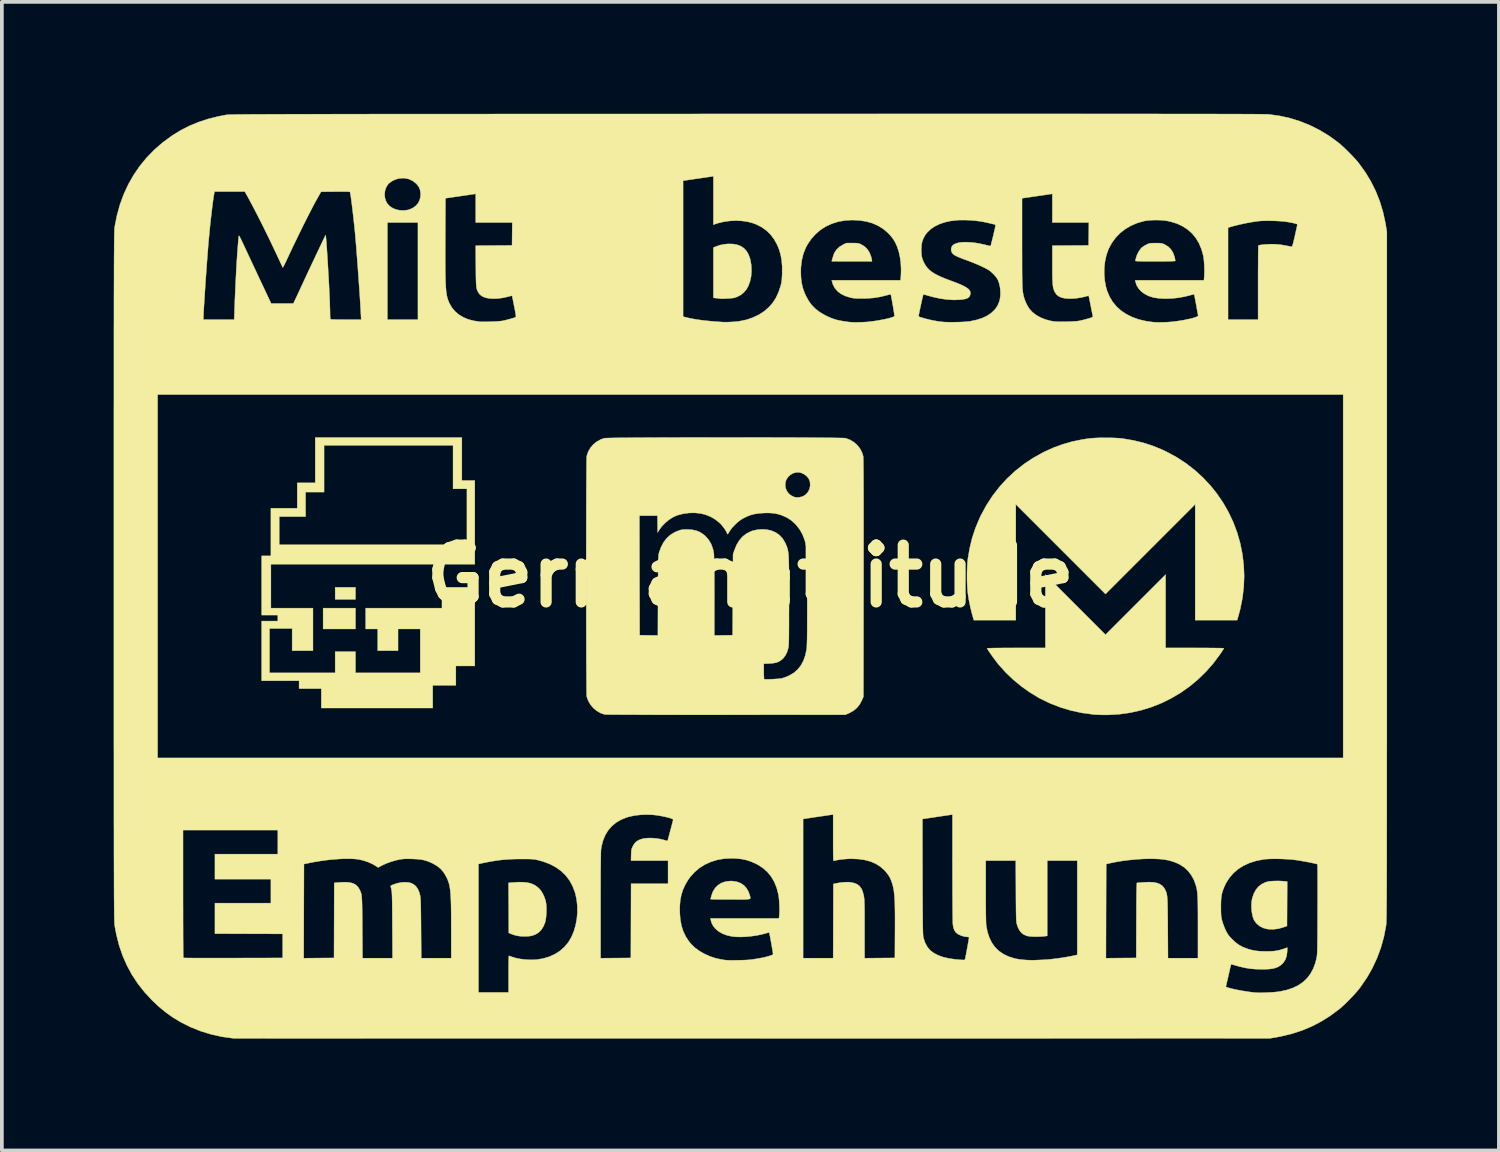
<source format=kicad_pcb>
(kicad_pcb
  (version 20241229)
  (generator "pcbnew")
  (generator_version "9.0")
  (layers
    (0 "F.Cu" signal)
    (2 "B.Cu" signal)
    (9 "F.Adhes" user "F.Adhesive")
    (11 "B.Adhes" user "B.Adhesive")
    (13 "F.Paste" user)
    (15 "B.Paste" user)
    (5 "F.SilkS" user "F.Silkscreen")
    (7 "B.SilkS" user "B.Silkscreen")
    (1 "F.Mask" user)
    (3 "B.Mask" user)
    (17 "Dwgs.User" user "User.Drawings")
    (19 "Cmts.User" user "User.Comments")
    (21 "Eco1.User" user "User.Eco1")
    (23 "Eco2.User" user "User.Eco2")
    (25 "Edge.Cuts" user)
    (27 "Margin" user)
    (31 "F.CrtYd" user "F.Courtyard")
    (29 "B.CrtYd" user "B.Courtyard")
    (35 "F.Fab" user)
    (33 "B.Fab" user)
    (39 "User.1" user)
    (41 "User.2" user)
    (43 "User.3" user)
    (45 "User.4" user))
  (footprint "Germanattitude"
    (layer "F.Cu")
    (at 17.077 12.406)
    (property "Reference" "Germanattitude" (at 0 0 0) (layer "F.SilkS") (effects (font (size 1.524 1.524) (thickness 0.3))))
    (attr through_hole)
    (fp_poly (pts (xy -10.592 0.62) (xy -11.137 0.62) (xy -11.137 0.298) (xy -10.592 0.298) (xy -10.592 0.62)) (stroke (width 0.01) (type solid)) (fill yes) (layer "F.SilkS"))
    (fp_poly (pts (xy -10.592 1.414) (xy -11.46 1.414) (xy -11.46 0.856) (xy -10.592 0.856) (xy -10.592 1.414)) (stroke (width 0.01) (type solid)) (fill yes) (layer "F.SilkS"))
    (fp_poly (pts (xy 14.246 8.176) (xy 14.316 8.181) (xy 14.399 8.189) (xy 14.396 8.786) (xy 14.393 9.382) (xy 14.312 9.411) (xy 14.167 9.453) (xy 14.024 9.471) (xy 13.886 9.466) (xy 13.855 9.461) (xy 13.753 9.433) (xy 13.66 9.385) (xy 13.582 9.32) (xy 13.521 9.241) (xy 13.507 9.217) (xy 13.479 9.145) (xy 13.458 9.055) (xy 13.444 8.955) (xy 13.439 8.852) (xy 13.442 8.753) (xy 13.455 8.663) (xy 13.461 8.637) (xy 13.504 8.512) (xy 13.56 8.408) (xy 13.631 8.323) (xy 13.717 8.257) (xy 13.818 8.209) (xy 13.874 8.192) (xy 13.924 8.183) (xy 13.992 8.177) (xy 14.073 8.174) (xy 14.159 8.173) (xy 14.246 8.176)) (stroke (width 0.01) (type solid)) (fill yes) (layer "F.SilkS"))
    (fp_poly (pts (xy 2.802 -8.936) (xy 2.851 -8.934) (xy 2.888 -8.93) (xy 2.917 -8.923) (xy 2.946 -8.912) (xy 2.966 -8.903) (xy 3.061 -8.846) (xy 3.137 -8.771) (xy 3.197 -8.679) (xy 3.238 -8.57) (xy 3.255 -8.493) (xy 3.263 -8.446) (xy 2.723 -8.446) (xy 2.61 -8.446) (xy 2.505 -8.446) (xy 2.41 -8.447) (xy 2.329 -8.447) (xy 2.263 -8.448) (xy 2.215 -8.448) (xy 2.188 -8.449) (xy 2.183 -8.449) (xy 2.187 -8.47) (xy 2.197 -8.506) (xy 2.211 -8.552) (xy 2.226 -8.6) (xy 2.241 -8.643) (xy 2.254 -8.674) (xy 2.256 -8.68) (xy 2.313 -8.763) (xy 2.389 -8.835) (xy 2.478 -8.889) (xy 2.572 -8.936) (xy 2.734 -8.936) (xy 2.802 -8.936)) (stroke (width 0.01) (type solid)) (fill yes) (layer "F.SilkS"))
    (fp_poly (pts (xy -0.475 -8.912) (xy -0.358 -8.892) (xy -0.257 -8.854) (xy -0.171 -8.796) (xy -0.101 -8.718) (xy -0.046 -8.621) (xy -0.005 -8.504) (xy 0.02 -8.368) (xy 0.024 -8.337) (xy 0.03 -8.187) (xy 0.019 -8.043) (xy -0.01 -7.908) (xy -0.055 -7.786) (xy -0.104 -7.698) (xy -0.177 -7.61) (xy -0.268 -7.539) (xy -0.374 -7.487) (xy -0.428 -7.47) (xy -0.462 -7.463) (xy -0.514 -7.457) (xy -0.577 -7.452) (xy -0.645 -7.448) (xy -0.711 -7.445) (xy -0.769 -7.445) (xy -0.811 -7.446) (xy -0.825 -7.448) (xy -0.851 -7.452) (xy -0.891 -7.457) (xy -0.921 -7.46) (xy -0.992 -7.468) (xy -0.992 -8.815) (xy -0.931 -8.841) (xy -0.821 -8.88) (xy -0.702 -8.904) (xy -0.608 -8.913) (xy -0.475 -8.912)) (stroke (width 0.01) (type solid)) (fill yes) (layer "F.SilkS"))
    (fp_poly (pts (xy -6.098 8.206) (xy -5.986 8.217) (xy -5.888 8.24) (xy -5.803 8.276) (xy -5.727 8.324) (xy -5.658 8.385) (xy -5.612 8.442) (xy -5.568 8.516) (xy -5.529 8.599) (xy -5.499 8.683) (xy -5.487 8.731) (xy -5.476 8.803) (xy -5.471 8.891) (xy -5.471 8.985) (xy -5.475 9.081) (xy -5.484 9.171) (xy -5.497 9.247) (xy -5.506 9.283) (xy -5.552 9.395) (xy -5.61 9.486) (xy -5.682 9.558) (xy -5.769 9.61) (xy -5.86 9.642) (xy -5.922 9.653) (xy -5.999 9.659) (xy -6.084 9.66) (xy -6.167 9.656) (xy -6.241 9.646) (xy -6.258 9.643) (xy -6.314 9.629) (xy -6.375 9.609) (xy -6.407 9.598) (xy -6.48 9.568) (xy -6.483 8.897) (xy -6.487 8.225) (xy -6.378 8.215) (xy -6.228 8.205) (xy -6.098 8.206)) (stroke (width 0.01) (type solid)) (fill yes) (layer "F.SilkS"))
    (fp_poly (pts (xy -0.477 8.177) (xy -0.362 8.195) (xy -0.261 8.233) (xy -0.174 8.291) (xy -0.104 8.368) (xy -0.05 8.463) (xy -0.018 8.554) (xy -0.01 8.582) (xy -0.004 8.605) (xy 0.000254 8.623) (xy -0.001 8.638) (xy -0.01 8.649) (xy -0.027 8.657) (xy -0.057 8.663) (xy -0.099 8.667) (xy -0.157 8.669) (xy -0.231 8.67) (xy -0.326 8.67) (xy -0.442 8.669) (xy -0.533 8.669) (xy -0.646 8.669) (xy -0.75 8.669) (xy -0.844 8.668) (xy -0.924 8.667) (xy -0.989 8.666) (xy -1.036 8.664) (xy -1.062 8.663) (xy -1.067 8.662) (xy -1.062 8.635) (xy -1.051 8.593) (xy -1.036 8.544) (xy -1.019 8.495) (xy -1.002 8.454) (xy -0.997 8.443) (xy -0.938 8.353) (xy -0.862 8.281) (xy -0.772 8.226) (xy -0.668 8.191) (xy -0.553 8.176) (xy -0.477 8.177)) (stroke (width 0.01) (type solid)) (fill yes) (layer "F.SilkS"))
    (fp_poly (pts (xy 10.938 -8.935) (xy 10.986 -8.934) (xy 11.022 -8.93) (xy 11.051 -8.923) (xy 11.081 -8.912) (xy 11.114 -8.897) (xy 11.206 -8.841) (xy 11.28 -8.768) (xy 11.336 -8.679) (xy 11.375 -8.572) (xy 11.379 -8.555) (xy 11.389 -8.512) (xy 11.395 -8.478) (xy 11.398 -8.461) (xy 11.393 -8.458) (xy 11.377 -8.454) (xy 11.347 -8.452) (xy 11.304 -8.45) (xy 11.243 -8.448) (xy 11.165 -8.447) (xy 11.066 -8.446) (xy 10.945 -8.446) (xy 10.859 -8.446) (xy 10.724 -8.446) (xy 10.612 -8.447) (xy 10.522 -8.447) (xy 10.451 -8.449) (xy 10.398 -8.45) (xy 10.36 -8.453) (xy 10.337 -8.455) (xy 10.326 -8.459) (xy 10.324 -8.461) (xy 10.33 -8.482) (xy 10.339 -8.517) (xy 10.344 -8.539) (xy 10.366 -8.606) (xy 10.399 -8.677) (xy 10.438 -8.742) (xy 10.478 -8.795) (xy 10.497 -8.814) (xy 10.536 -8.843) (xy 10.586 -8.874) (xy 10.629 -8.897) (xy 10.663 -8.913) (xy 10.692 -8.924) (xy 10.722 -8.93) (xy 10.759 -8.934) (xy 10.809 -8.935) (xy 10.871 -8.936) (xy 10.938 -8.935)) (stroke (width 0.01) (type solid)) (fill yes) (layer "F.SilkS"))
    (fp_poly (pts (xy -7.739 -2.567) (xy -7.392 -2.567) (xy -7.392 -0.322) (xy -12.861 -0.322) (xy -12.861 0.856) (xy -11.733 0.856) (xy -11.733 1.997) (xy -12.291 1.997) (xy -12.291 1.401) (xy -12.898 1.401) (xy -12.898 2.592) (xy -11.137 2.592) (xy -11.137 2.022) (xy -10.592 2.022) (xy -10.592 2.592) (xy -8.855 2.592) (xy -8.855 1.414) (xy -9.451 1.414) (xy -9.451 1.997) (xy -9.996 1.997) (xy -9.996 1.414) (xy -10.319 1.414) (xy -10.319 0.856) (xy -8.272 0.856) (xy -8.272 0.298) (xy -7.392 0.298) (xy -7.392 2.406) (xy -7.9 2.406) (xy -7.9 2.927) (xy -8.52 2.927) (xy -8.52 3.535) (xy -11.509 3.535) (xy -11.509 3.014) (xy -12.105 3.014) (xy -12.105 2.803) (xy -13.109 2.803) (xy -13.109 1.203) (xy -12.675 1.203) (xy -12.675 1.042) (xy -13.109 1.042) (xy -13.109 -0.546) (xy -12.861 -0.546) (xy -12.861 -1.6) (xy -12.638 -1.6) (xy -12.638 -0.843) (xy -7.603 -0.843) (xy -7.603 -2.344) (xy -7.975 -2.344) (xy -7.975 -3.51) (xy -11.435 -3.51) (xy -11.435 -2.257) (xy -11.931 -2.257) (xy -11.931 -1.6) (xy -12.638 -1.6) (xy -12.861 -1.6) (xy -12.861 -1.823) (xy -12.154 -1.823) (xy -12.154 -2.505) (xy -11.671 -2.505) (xy -11.671 -3.721) (xy -7.739 -3.721) (xy -7.739 -2.567)) (stroke (width 0.01) (type solid)) (fill yes) (layer "F.SilkS"))
    (fp_poly (pts (xy 9.627 -3.714) (xy 9.751 -3.71) (xy 9.865 -3.704) (xy 9.962 -3.696) (xy 9.996 -3.691) (xy 10.271 -3.644) (xy 10.531 -3.582) (xy 10.78 -3.502) (xy 11.023 -3.404) (xy 11.156 -3.342) (xy 11.425 -3.197) (xy 11.679 -3.032) (xy 11.917 -2.848) (xy 12.14 -2.645) (xy 12.347 -2.423) (xy 12.512 -2.217) (xy 12.681 -1.97) (xy 12.828 -1.712) (xy 12.954 -1.444) (xy 13.057 -1.168) (xy 13.138 -0.885) (xy 13.196 -0.597) (xy 13.232 -0.304) (xy 13.244 -0.009) (xy 13.233 0.287) (xy 13.198 0.584) (xy 13.139 0.879) (xy 13.095 1.045) (xy 13.056 1.178) (xy 11.931 1.178) (xy 11.931 -1.929) (xy 10.728 -0.726) (xy 9.525 0.477) (xy 8.322 -0.726) (xy 7.119 -1.929) (xy 7.119 1.178) (xy 5.994 1.178) (xy 5.955 1.045) (xy 5.902 0.84) (xy 5.858 0.621) (xy 5.834 0.465) (xy 5.824 0.371) (xy 5.817 0.258) (xy 5.812 0.133) (xy 5.811 0.002) (xy 5.812 -0.13) (xy 5.816 -0.255) (xy 5.823 -0.368) (xy 5.833 -0.463) (xy 5.882 -0.752) (xy 5.949 -1.027) (xy 6.037 -1.293) (xy 6.146 -1.553) (xy 6.183 -1.631) (xy 6.328 -1.899) (xy 6.493 -2.153) (xy 6.676 -2.391) (xy 6.878 -2.613) (xy 7.097 -2.817) (xy 7.332 -3.004) (xy 7.583 -3.172) (xy 7.849 -3.32) (xy 7.894 -3.342) (xy 8.136 -3.451) (xy 8.381 -3.54) (xy 8.634 -3.612) (xy 8.9 -3.667) (xy 9.054 -3.691) (xy 9.143 -3.701) (xy 9.25 -3.708) (xy 9.371 -3.713) (xy 9.498 -3.714) (xy 9.627 -3.714)) (stroke (width 0.01) (type solid)) (fill yes) (layer "F.SilkS"))
    (fp_poly (pts (xy 11.137 1.922) (xy 11.919 1.922) (xy 12.055 1.923) (xy 12.184 1.923) (xy 12.304 1.924) (xy 12.411 1.925) (xy 12.505 1.926) (xy 12.583 1.927) (xy 12.643 1.929) (xy 12.682 1.93) (xy 12.699 1.932) (xy 12.7 1.933) (xy 12.693 1.946) (xy 12.675 1.976) (xy 12.648 2.018) (xy 12.614 2.069) (xy 12.599 2.091) (xy 12.419 2.333) (xy 12.222 2.558) (xy 12.009 2.765) (xy 11.782 2.954) (xy 11.542 3.124) (xy 11.289 3.273) (xy 11.026 3.403) (xy 10.753 3.511) (xy 10.472 3.597) (xy 10.184 3.661) (xy 9.89 3.702) (xy 9.592 3.719) (xy 9.5 3.719) (xy 9.423 3.718) (xy 9.343 3.715) (xy 9.27 3.712) (xy 9.212 3.708) (xy 9.199 3.707) (xy 8.896 3.666) (xy 8.599 3.602) (xy 8.311 3.515) (xy 8.033 3.407) (xy 7.767 3.278) (xy 7.733 3.259) (xy 7.498 3.117) (xy 7.269 2.954) (xy 7.052 2.775) (xy 6.851 2.583) (xy 6.669 2.381) (xy 6.658 2.368) (xy 6.62 2.321) (xy 6.578 2.265) (xy 6.532 2.204) (xy 6.487 2.142) (xy 6.445 2.082) (xy 6.407 2.027) (xy 6.377 1.982) (xy 6.357 1.949) (xy 6.35 1.933) (xy 6.35 1.933) (xy 6.362 1.931) (xy 6.397 1.929) (xy 6.452 1.928) (xy 6.526 1.926) (xy 6.616 1.925) (xy 6.721 1.924) (xy 6.838 1.923) (xy 6.965 1.923) (xy 7.1 1.922) (xy 7.131 1.922) (xy 7.913 1.922) (xy 7.913 -0.043) (xy 8.719 0.763) (xy 9.525 1.569) (xy 10.331 0.763) (xy 11.137 -0.043) (xy 11.137 1.922)) (stroke (width 0.01) (type solid)) (fill yes) (layer "F.SilkS"))
    (fp_poly (pts (xy -0.512 -3.723) (xy -0.265 -3.723) (xy -0.021 -3.722) (xy 0.22 -3.722) (xy 0.456 -3.722) (xy 0.686 -3.721) (xy 0.909 -3.72) (xy 1.123 -3.72) (xy 1.327 -3.719) (xy 1.52 -3.718) (xy 1.701 -3.717) (xy 1.868 -3.715) (xy 2.02 -3.714) (xy 2.156 -3.713) (xy 2.274 -3.711) (xy 2.373 -3.709) (xy 2.452 -3.708) (xy 2.51 -3.706) (xy 2.545 -3.704) (xy 2.554 -3.702) (xy 2.67 -3.66) (xy 2.775 -3.597) (xy 2.866 -3.518) (xy 2.94 -3.424) (xy 2.995 -3.318) (xy 3.026 -3.218) (xy 3.027 -3.201) (xy 3.029 -3.163) (xy 3.03 -3.105) (xy 3.031 -3.026) (xy 3.032 -2.926) (xy 3.033 -2.805) (xy 3.034 -2.662) (xy 3.035 -2.498) (xy 3.035 -2.311) (xy 3.036 -2.102) (xy 3.036 -1.87) (xy 3.036 -1.615) (xy 3.036 -1.336) (xy 3.036 -1.034) (xy 3.036 -0.708) (xy 3.036 -0.358) (xy 3.036 0.017) (xy 3.036 0.037) (xy 3.032 3.231) (xy 2.993 3.321) (xy 2.933 3.435) (xy 2.858 3.529) (xy 2.766 3.606) (xy 2.655 3.668) (xy 2.639 3.675) (xy 2.549 3.715) (xy -0.657 3.716) (xy -0.985 3.717) (xy -1.298 3.717) (xy -1.598 3.717) (xy -1.882 3.716) (xy -2.151 3.716) (xy -2.404 3.716) (xy -2.639 3.716) (xy -2.857 3.715) (xy -3.056 3.714) (xy -3.237 3.714) (xy -3.397 3.713) (xy -3.537 3.712) (xy -3.656 3.711) (xy -3.754 3.711) (xy -3.828 3.71) (xy -3.88 3.708) (xy -3.908 3.707) (xy -3.912 3.707) (xy -4.021 3.669) (xy -4.122 3.61) (xy -4.213 3.534) (xy -4.289 3.443) (xy -4.349 3.341) (xy -4.388 3.232) (xy -4.389 3.225) (xy -4.391 3.206) (xy -4.392 3.165) (xy -4.393 3.101) (xy -4.394 3.016) (xy -4.395 2.911) (xy -4.396 2.788) (xy -4.397 2.648) (xy -4.398 2.492) (xy -4.399 2.321) (xy -4.4 2.138) (xy -4.4 1.942) (xy -4.401 1.735) (xy -4.401 1.519) (xy -4.402 1.295) (xy -4.402 1.064) (xy -4.402 0.827) (xy -4.403 0.586) (xy -4.403 0.342) (xy -4.403 0.096) (xy -4.403 -0.151) (xy -4.403 -0.396) (xy -4.403 -0.64) (xy -4.402 -0.88) (xy -4.402 -1.116) (xy -4.402 -1.345) (xy -4.401 -1.568) (xy -4.401 -1.625) (xy -2.977 -1.625) (xy -2.974 -0.022) (xy -2.97 1.581) (xy -2.726 1.585) (xy -2.481 1.588) (xy -2.477 0.518) (xy -2.476 0.33) (xy -2.476 0.166) (xy -2.475 0.023) (xy -2.474 -0.101) (xy -2.473 -0.206) (xy -2.472 -0.295) (xy -2.471 -0.369) (xy -2.47 -0.43) (xy -2.468 -0.48) (xy -2.466 -0.519) (xy -2.464 -0.551) (xy -2.461 -0.576) (xy -2.458 -0.597) (xy -2.454 -0.615) (xy -2.45 -0.631) (xy -2.447 -0.64) (xy -2.394 -0.787) (xy -2.325 -0.915) (xy -2.241 -1.023) (xy -2.141 -1.112) (xy -2.025 -1.182) (xy -1.926 -1.223) (xy -1.876 -1.239) (xy -1.832 -1.248) (xy -1.784 -1.254) (xy -1.724 -1.255) (xy -1.693 -1.255) (xy -1.566 -1.247) (xy -1.455 -1.224) (xy -1.355 -1.184) (xy -1.263 -1.124) (xy -1.204 -1.074) (xy -1.119 -0.977) (xy -1.052 -0.864) (xy -1.005 -0.735) (xy -0.981 -0.624) (xy -0.978 -0.593) (xy -0.976 -0.539) (xy -0.974 -0.463) (xy -0.972 -0.363) (xy -0.97 -0.24) (xy -0.969 -0.094) (xy -0.968 0.077) (xy -0.968 0.272) (xy -0.967 0.491) (xy -0.967 0.527) (xy -0.967 1.588) (xy -0.722 1.585) (xy -0.477 1.581) (xy -0.465 -0.589) (xy -0.425 -0.707) (xy -0.368 -0.845) (xy -0.296 -0.963) (xy -0.21 -1.062) (xy -0.11 -1.14) (xy 0.007 -1.2) (xy 0.074 -1.224) (xy 0.19 -1.249) (xy 0.314 -1.258) (xy 0.437 -1.251) (xy 0.551 -1.227) (xy 0.564 -1.223) (xy 0.678 -1.174) (xy 0.775 -1.107) (xy 0.857 -1.022) (xy 0.923 -0.916) (xy 0.953 -0.853) (xy 0.966 -0.821) (xy 0.978 -0.791) (xy 0.988 -0.762) (xy 0.997 -0.732) (xy 1.005 -0.7) (xy 1.011 -0.663) (xy 1.017 -0.621) (xy 1.022 -0.571) (xy 1.026 -0.512) (xy 1.029 -0.443) (xy 1.031 -0.361) (xy 1.033 -0.266) (xy 1.034 -0.155) (xy 1.035 -0.027) (xy 1.035 0.12) (xy 1.036 0.286) (xy 1.036 0.475) (xy 1.036 0.657) (xy 1.036 0.857) (xy 1.035 1.034) (xy 1.035 1.19) (xy 1.035 1.325) (xy 1.034 1.441) (xy 1.034 1.541) (xy 1.033 1.625) (xy 1.032 1.695) (xy 1.03 1.753) (xy 1.029 1.8) (xy 1.027 1.838) (xy 1.024 1.869) (xy 1.022 1.893) (xy 1.018 1.913) (xy 1.015 1.93) (xy 1.015 1.931) (xy 0.983 2.036) (xy 0.94 2.123) (xy 0.885 2.196) (xy 0.865 2.216) (xy 0.809 2.262) (xy 0.751 2.296) (xy 0.685 2.319) (xy 0.605 2.333) (xy 0.507 2.341) (xy 0.505 2.341) (xy 0.36 2.347) (xy 0.36 2.548) (xy 0.36 2.617) (xy 0.362 2.676) (xy 0.364 2.723) (xy 0.367 2.752) (xy 0.369 2.759) (xy 0.386 2.763) (xy 0.422 2.765) (xy 0.474 2.765) (xy 0.537 2.763) (xy 0.605 2.76) (xy 0.674 2.756) (xy 0.74 2.751) (xy 0.797 2.745) (xy 0.841 2.738) (xy 0.856 2.735) (xy 0.904 2.72) (xy 0.964 2.698) (xy 1.025 2.672) (xy 1.049 2.66) (xy 1.168 2.59) (xy 1.269 2.501) (xy 1.354 2.394) (xy 1.422 2.269) (xy 1.473 2.125) (xy 1.507 1.963) (xy 1.507 1.963) (xy 1.51 1.939) (xy 1.513 1.909) (xy 1.515 1.872) (xy 1.517 1.827) (xy 1.519 1.771) (xy 1.521 1.704) (xy 1.522 1.624) (xy 1.523 1.529) (xy 1.524 1.419) (xy 1.524 1.29) (xy 1.525 1.143) (xy 1.525 0.975) (xy 1.525 0.785) (xy 1.525 0.6) (xy 1.525 0.396) (xy 1.525 0.215) (xy 1.525 0.056) (xy 1.525 -0.083) (xy 1.525 -0.203) (xy 1.524 -0.307) (xy 1.523 -0.396) (xy 1.522 -0.471) (xy 1.521 -0.534) (xy 1.519 -0.587) (xy 1.518 -0.631) (xy 1.515 -0.668) (xy 1.513 -0.699) (xy 1.51 -0.727) (xy 1.506 -0.752) (xy 1.503 -0.776) (xy 1.501 -0.786) (xy 1.461 -0.958) (xy 1.402 -1.114) (xy 1.324 -1.254) (xy 1.227 -1.377) (xy 1.198 -1.408) (xy 1.097 -1.498) (xy 0.99 -1.568) (xy 0.869 -1.624) (xy 0.831 -1.639) (xy 0.744 -1.665) (xy 0.658 -1.684) (xy 0.566 -1.694) (xy 0.461 -1.698) (xy 0.364 -1.696) (xy 0.229 -1.687) (xy 0.112 -1.669) (xy 0.004 -1.641) (xy -0.099 -1.6) (xy -0.207 -1.545) (xy -0.228 -1.532) (xy -0.292 -1.489) (xy -0.361 -1.432) (xy -0.429 -1.366) (xy -0.491 -1.299) (xy -0.54 -1.235) (xy -0.558 -1.206) (xy -0.581 -1.168) (xy -0.599 -1.141) (xy -0.61 -1.129) (xy -0.61 -1.129) (xy -0.62 -1.139) (xy -0.627 -1.157) (xy -0.644 -1.195) (xy -0.674 -1.244) (xy -0.713 -1.3) (xy -0.755 -1.355) (xy -0.798 -1.404) (xy -0.812 -1.418) (xy -0.927 -1.514) (xy -1.057 -1.592) (xy -1.2 -1.65) (xy -1.324 -1.682) (xy -1.479 -1.7) (xy -1.639 -1.698) (xy -1.799 -1.677) (xy -1.951 -1.638) (xy -1.987 -1.625) (xy -2.086 -1.578) (xy -2.186 -1.513) (xy -2.282 -1.434) (xy -2.367 -1.348) (xy -2.434 -1.258) (xy -2.44 -1.25) (xy -2.487 -1.174) (xy -2.49 -1.399) (xy -2.493 -1.625) (xy -2.977 -1.625) (xy -4.401 -1.625) (xy -4.401 -1.782) (xy -4.4 -1.986) (xy -4.4 -2.18) (xy -4.399 -2.361) (xy -4.398 -2.46) (xy 0.934 -2.46) (xy 0.943 -2.374) (xy 0.973 -2.294) (xy 1.022 -2.224) (xy 1.088 -2.168) (xy 1.169 -2.128) (xy 1.197 -2.119) (xy 1.254 -2.113) (xy 1.321 -2.119) (xy 1.388 -2.136) (xy 1.425 -2.151) (xy 1.496 -2.2) (xy 1.55 -2.265) (xy 1.587 -2.343) (xy 1.604 -2.428) (xy 1.6 -2.518) (xy 1.59 -2.562) (xy 1.559 -2.627) (xy 1.509 -2.686) (xy 1.445 -2.735) (xy 1.372 -2.77) (xy 1.303 -2.787) (xy 1.222 -2.784) (xy 1.143 -2.761) (xy 1.071 -2.718) (xy 1.01 -2.661) (xy 0.965 -2.592) (xy 0.948 -2.549) (xy 0.934 -2.46) (xy -4.398 -2.46) (xy -4.398 -2.528) (xy -4.397 -2.681) (xy -4.396 -2.817) (xy -4.395 -2.936) (xy -4.394 -3.036) (xy -4.393 -3.117) (xy -4.392 -3.176) (xy -4.39 -3.213) (xy -4.389 -3.225) (xy -4.351 -3.339) (xy -4.291 -3.443) (xy -4.213 -3.535) (xy -4.119 -3.611) (xy -4.011 -3.67) (xy -3.919 -3.702) (xy -3.898 -3.704) (xy -3.855 -3.706) (xy -3.789 -3.708) (xy -3.702 -3.71) (xy -3.596 -3.712) (xy -3.471 -3.713) (xy -3.329 -3.714) (xy -3.171 -3.716) (xy -2.999 -3.717) (xy -2.813 -3.718) (xy -2.616 -3.719) (xy -2.408 -3.72) (xy -2.19 -3.721) (xy -1.964 -3.721) (xy -1.732 -3.722) (xy -1.494 -3.722) (xy -1.251 -3.722) (xy -1.006 -3.723) (xy -0.759 -3.723) (xy -0.512 -3.723)) (stroke (width 0.01) (type solid)) (fill yes) (layer "F.SilkS"))
    (fp_poly (pts (xy 6.96 -12.401) (xy 7.466 -12.401) (xy 7.95 -12.401) (xy 8.413 -12.401) (xy 8.855 -12.401) (xy 9.276 -12.4) (xy 9.677 -12.4) (xy 10.057 -12.4) (xy 10.418 -12.4) (xy 10.759 -12.4) (xy 11.081 -12.399) (xy 11.384 -12.399) (xy 11.668 -12.399) (xy 11.934 -12.398) (xy 12.181 -12.398) (xy 12.41 -12.398) (xy 12.622 -12.397) (xy 12.817 -12.397) (xy 12.994 -12.396) (xy 13.154 -12.396) (xy 13.298 -12.395) (xy 13.426 -12.395) (xy 13.537 -12.394) (xy 13.633 -12.394) (xy 13.713 -12.393) (xy 13.779 -12.392) (xy 13.829 -12.392) (xy 13.864 -12.391) (xy 13.886 -12.39) (xy 13.89 -12.39) (xy 14.179 -12.351) (xy 14.464 -12.289) (xy 14.742 -12.203) (xy 15.012 -12.094) (xy 15.273 -11.963) (xy 15.524 -11.81) (xy 15.763 -11.636) (xy 15.835 -11.576) (xy 15.918 -11.501) (xy 16.006 -11.417) (xy 16.094 -11.328) (xy 16.178 -11.24) (xy 16.253 -11.158) (xy 16.312 -11.088) (xy 16.487 -10.847) (xy 16.641 -10.595) (xy 16.772 -10.332) (xy 16.881 -10.057) (xy 16.968 -9.772) (xy 17.033 -9.475) (xy 17.044 -9.407) (xy 17.072 -9.234) (xy 17.072 -0.006) (xy 17.072 0.568) (xy 17.072 1.118) (xy 17.072 1.645) (xy 17.072 2.148) (xy 17.072 2.629) (xy 17.072 3.087) (xy 17.072 3.524) (xy 17.072 3.94) (xy 17.072 4.335) (xy 17.071 4.71) (xy 17.071 5.066) (xy 17.071 5.403) (xy 17.071 5.721) (xy 17.071 6.022) (xy 17.071 6.305) (xy 17.071 6.571) (xy 17.07 6.821) (xy 17.07 7.055) (xy 17.07 7.274) (xy 17.07 7.478) (xy 17.069 7.669) (xy 17.069 7.845) (xy 17.068 8.009) (xy 17.068 8.16) (xy 17.068 8.298) (xy 17.067 8.426) (xy 17.067 8.542) (xy 17.066 8.648) (xy 17.065 8.744) (xy 17.065 8.831) (xy 17.064 8.909) (xy 17.063 8.978) (xy 17.063 9.04) (xy 17.062 9.095) (xy 17.061 9.142) (xy 17.06 9.184) (xy 17.059 9.22) (xy 17.058 9.251) (xy 17.057 9.277) (xy 17.056 9.3) (xy 17.055 9.318) (xy 17.054 9.334) (xy 17.052 9.348) (xy 17.051 9.359) (xy 17.05 9.369) (xy 17.05 9.37) (xy 16.993 9.669) (xy 16.913 9.958) (xy 16.81 10.237) (xy 16.685 10.507) (xy 16.537 10.767) (xy 16.366 11.016) (xy 16.321 11.075) (xy 16.271 11.136) (xy 16.207 11.208) (xy 16.133 11.287) (xy 16.054 11.368) (xy 15.974 11.448) (xy 15.898 11.52) (xy 15.829 11.582) (xy 15.788 11.616) (xy 15.55 11.792) (xy 15.306 11.945) (xy 15.053 12.076) (xy 14.791 12.185) (xy 14.516 12.274) (xy 14.227 12.343) (xy 14.092 12.368) (xy 13.934 12.395) (xy 0.056 12.397) (xy -0.531 12.397) (xy -1.111 12.397) (xy -1.686 12.397) (xy -2.253 12.397) (xy -2.813 12.397) (xy -3.365 12.397) (xy -3.908 12.397) (xy -4.443 12.397) (xy -4.968 12.397) (xy -5.483 12.397) (xy -5.988 12.397) (xy -6.481 12.397) (xy -6.964 12.397) (xy -7.434 12.397) (xy -7.893 12.397) (xy -8.338 12.397) (xy -8.769 12.397) (xy -9.187 12.397) (xy -9.591 12.397) (xy -9.979 12.397) (xy -10.352 12.397) (xy -10.71 12.396) (xy -11.05 12.396) (xy -11.374 12.396) (xy -11.681 12.396) (xy -11.969 12.396) (xy -12.24 12.396) (xy -12.491 12.396) (xy -12.723 12.396) (xy -12.935 12.396) (xy -13.127 12.395) (xy -13.297 12.395) (xy -13.447 12.395) (xy -13.574 12.395) (xy -13.679 12.395) (xy -13.761 12.395) (xy -13.82 12.394) (xy -13.855 12.394) (xy -13.866 12.394) (xy -14.167 12.353) (xy -14.458 12.289) (xy -14.739 12.203) (xy -15.011 12.095) (xy -15.271 11.965) (xy -15.48 11.84) (xy -15.679 11.699) (xy -15.872 11.54) (xy -16.049 11.373) (xy -16.25 11.155) (xy -16.43 10.928) (xy -16.587 10.689) (xy -16.723 10.438) (xy -16.808 10.245) (xy -11.981 10.245) (xy -11.575 10.241) (xy -11.168 10.238) (xy -11.165 9.232) (xy -11.162 8.225) (xy -11.054 8.215) (xy -10.921 8.206) (xy -10.81 8.208) (xy -10.717 8.221) (xy -10.641 8.245) (xy -10.578 8.282) (xy -10.528 8.331) (xy -10.487 8.395) (xy -10.485 8.398) (xy -10.472 8.426) (xy -10.46 8.451) (xy -10.45 8.476) (xy -10.441 8.504) (xy -10.434 8.536) (xy -10.428 8.574) (xy -10.424 8.619) (xy -10.42 8.675) (xy -10.417 8.743) (xy -10.415 8.824) (xy -10.413 8.921) (xy -10.412 9.036) (xy -10.41 9.171) (xy -10.409 9.328) (xy -10.409 9.429) (xy -10.404 10.244) (xy -9.598 10.244) (xy -9.603 9.367) (xy -9.604 9.195) (xy -9.605 9.046) (xy -9.606 8.918) (xy -9.607 8.809) (xy -9.608 8.718) (xy -9.61 8.642) (xy -9.612 8.581) (xy -9.614 8.531) (xy -9.616 8.491) (xy -9.619 8.459) (xy -9.622 8.433) (xy -9.626 8.412) (xy -9.628 8.403) (xy -9.638 8.359) (xy -9.646 8.325) (xy -9.649 8.308) (xy -9.649 8.308) (xy -9.639 8.299) (xy -9.612 8.285) (xy -9.59 8.275) (xy -9.48 8.237) (xy -9.368 8.214) (xy -9.258 8.207) (xy -9.158 8.216) (xy -9.115 8.226) (xy -9.037 8.261) (xy -8.972 8.315) (xy -8.92 8.389) (xy -8.88 8.483) (xy -8.859 8.562) (xy -8.855 8.584) (xy -8.852 8.612) (xy -8.848 8.647) (xy -8.846 8.693) (xy -8.843 8.749) (xy -8.841 8.819) (xy -8.84 8.904) (xy -8.838 9.006) (xy -8.837 9.127) (xy -8.835 9.269) (xy -8.834 9.434) (xy -8.834 9.447) (xy -8.828 10.244) (xy -8.024 10.244) (xy -8.024 9.46) (xy -8.025 9.262) (xy -8.025 9.088) (xy -8.027 8.934) (xy -8.029 8.799) (xy -8.033 8.682) (xy -8.038 8.58) (xy -8.044 8.491) (xy -8.052 8.414) (xy -8.062 8.347) (xy -8.073 8.287) (xy -8.087 8.233) (xy -8.104 8.183) (xy -8.122 8.135) (xy -8.144 8.087) (xy -8.156 8.062) (xy -8.221 7.951) (xy -8.299 7.857) (xy -8.393 7.778) (xy -8.495 7.718) (xy -7.293 7.718) (xy -7.293 11.162) (xy -6.486 11.162) (xy -6.486 10.672) (xy -6.486 10.565) (xy -6.486 10.465) (xy -6.485 10.377) (xy -6.483 10.302) (xy -6.482 10.243) (xy -6.48 10.202) (xy -6.478 10.183) (xy -6.477 10.182) (xy -6.461 10.186) (xy -6.43 10.197) (xy -6.404 10.207) (xy -6.297 10.24) (xy -6.174 10.265) (xy -6.041 10.281) (xy -5.907 10.289) (xy -5.777 10.286) (xy -5.733 10.283) (xy -5.559 10.254) (xy -5.396 10.206) (xy -5.246 10.138) (xy -5.111 10.052) (xy -4.992 9.948) (xy -4.89 9.827) (xy -4.875 9.806) (xy -4.797 9.672) (xy -4.734 9.522) (xy -4.687 9.359) (xy -4.655 9.188) (xy -4.64 9.012) (xy -4.642 8.84) (xy -4.018 8.84) (xy -4.018 10.245) (xy -3.206 10.238) (xy -3.203 9.243) (xy -3.202 8.853) (xy -1.894 8.853) (xy -1.894 9.029) (xy -1.879 9.211) (xy -1.848 9.377) (xy -1.799 9.528) (xy -1.732 9.667) (xy -1.647 9.796) (xy -1.59 9.864) (xy -1.49 9.962) (xy -1.369 10.051) (xy -1.233 10.129) (xy -1.086 10.195) (xy -0.931 10.246) (xy -0.806 10.274) (xy -0.753 10.283) (xy -0.709 10.291) (xy -0.669 10.296) (xy -0.628 10.299) (xy -0.582 10.301) (xy -0.527 10.302) (xy -0.458 10.302) (xy -0.37 10.301) (xy -0.329 10.3) (xy -0.225 10.298) (xy -0.14 10.295) (xy -0.068 10.291) (xy -0.003 10.285) (xy 0.062 10.277) (xy 0.133 10.266) (xy 0.149 10.264) (xy 0.234 10.249) (xy 0.301 10.237) (xy 0.355 10.226) (xy 0.403 10.215) (xy 0.449 10.202) (xy 0.501 10.187) (xy 0.524 10.18) (xy 0.569 10.165) (xy 0.595 10.152) (xy 0.606 10.139) (xy 0.608 10.128) (xy 0.606 10.109) (xy 0.6 10.071) (xy 0.591 10.018) (xy 0.58 9.955) (xy 0.568 9.884) (xy 0.555 9.812) (xy 0.542 9.741) (xy 0.53 9.675) (xy 0.519 9.62) (xy 0.511 9.58) (xy 0.506 9.557) (xy 0.505 9.555) (xy 0.492 9.556) (xy 0.462 9.564) (xy 0.422 9.576) (xy 0.421 9.576) (xy 0.298 9.609) (xy 0.162 9.636) (xy 0.018 9.656) (xy -0.126 9.67) (xy -0.265 9.675) (xy -0.393 9.672) (xy -0.496 9.661) (xy -0.626 9.632) (xy -0.744 9.588) (xy -0.846 9.53) (xy -0.93 9.462) (xy -0.997 9.382) (xy -1.042 9.294) (xy -1.061 9.224) (xy -1.069 9.178) (xy 0.767 9.178) (xy 0.776 9.082) (xy 0.78 9.011) (xy 0.781 8.925) (xy 0.778 8.831) (xy 0.774 8.736) (xy 0.767 8.646) (xy 0.758 8.57) (xy 0.75 8.527) (xy 0.704 8.353) (xy 0.641 8.198) (xy 0.56 8.06) (xy 0.462 7.938) (xy 0.346 7.833) (xy 0.211 7.744) (xy 0.143 7.708) (xy 0.012 7.651) (xy -0.117 7.61) (xy -0.253 7.583) (xy -0.4 7.569) (xy -0.515 7.566) (xy -0.707 7.576) (xy -0.89 7.608) (xy -1.061 7.661) (xy -1.221 7.734) (xy -1.367 7.826) (xy -1.499 7.938) (xy -1.615 8.067) (xy -1.669 8.142) (xy -1.747 8.274) (xy -1.808 8.407) (xy -1.852 8.545) (xy -1.881 8.693) (xy -1.894 8.853) (xy -3.202 8.853) (xy -3.2 8.248) (xy -2.208 8.248) (xy -2.208 7.627) (xy -3.202 7.627) (xy -3.198 7.475) (xy -3.196 7.41) (xy -3.192 7.362) (xy -3.187 7.326) (xy -3.177 7.295) (xy -3.163 7.262) (xy -3.152 7.239) (xy -3.113 7.174) (xy -3.067 7.124) (xy -3.006 7.084) (xy -2.941 7.056) (xy -2.863 7.035) (xy -2.768 7.024) (xy -2.66 7.022) (xy -2.546 7.03) (xy -2.431 7.047) (xy -2.32 7.073) (xy -2.295 7.081) (xy -2.256 7.092) (xy -2.229 7.099) (xy -2.22 7.1) (xy -2.217 7.087) (xy -2.208 7.054) (xy -2.195 7.004) (xy -2.178 6.94) (xy -2.158 6.865) (xy -2.146 6.819) (xy -2.124 6.74) (xy -2.105 6.668) (xy -2.09 6.607) (xy -2.078 6.561) (xy -2.072 6.534) (xy -2.071 6.528) (xy -2.083 6.515) (xy -2.089 6.512) (xy 1.414 6.512) (xy 1.414 10.244) (xy 2.22 10.244) (xy 2.223 9.249) (xy 2.226 8.254) (xy 2.294 8.239) (xy 2.413 8.217) (xy 2.528 8.206) (xy 2.631 8.205) (xy 2.688 8.21) (xy 2.784 8.23) (xy 2.863 8.262) (xy 2.926 8.309) (xy 2.975 8.373) (xy 3.012 8.456) (xy 3.039 8.559) (xy 3.044 8.588) (xy 3.048 8.615) (xy 3.052 8.647) (xy 3.055 8.686) (xy 3.057 8.734) (xy 3.059 8.793) (xy 3.061 8.866) (xy 3.062 8.953) (xy 3.063 9.057) (xy 3.063 9.181) (xy 3.063 9.325) (xy 3.063 9.471) (xy 3.063 10.245) (xy 3.47 10.241) (xy 3.876 10.238) (xy 3.879 9.537) (xy 3.88 9.341) (xy 3.88 9.168) (xy 3.879 9.016) (xy 3.877 8.882) (xy 3.874 8.765) (xy 3.869 8.663) (xy 3.863 8.574) (xy 3.856 8.496) (xy 3.847 8.426) (xy 3.836 8.364) (xy 3.823 8.306) (xy 3.807 8.251) (xy 3.79 8.197) (xy 3.789 8.194) (xy 3.748 8.094) (xy 3.695 8.005) (xy 3.625 7.918) (xy 3.584 7.874) (xy 3.478 7.783) (xy 3.357 7.708) (xy 3.221 7.651) (xy 3.068 7.61) (xy 2.898 7.586) (xy 2.71 7.578) (xy 2.709 7.578) (xy 2.629 7.58) (xy 2.543 7.586) (xy 2.456 7.594) (xy 2.375 7.605) (xy 2.305 7.617) (xy 2.252 7.631) (xy 2.24 7.635) (xy 2.235 7.635) (xy 2.232 7.63) (xy 2.229 7.618) (xy 2.226 7.596) (xy 2.224 7.564) (xy 2.223 7.519) (xy 2.221 7.46) (xy 2.221 7.383) (xy 2.22 7.288) (xy 2.22 7.172) (xy 2.22 7.033) (xy 2.22 7.017) (xy 2.22 6.904) (xy 4.615 6.904) (xy 4.615 7.034) (xy 4.615 7.178) (xy 4.616 7.335) (xy 4.616 7.504) (xy 4.616 7.682) (xy 4.617 7.869) (xy 4.617 8.058) (xy 4.618 8.289) (xy 4.618 8.497) (xy 4.619 8.682) (xy 4.62 8.847) (xy 4.621 8.992) (xy 4.622 9.119) (xy 4.623 9.229) (xy 4.624 9.323) (xy 4.625 9.404) (xy 4.626 9.471) (xy 4.628 9.527) (xy 4.629 9.573) (xy 4.631 9.61) (xy 4.634 9.639) (xy 4.636 9.663) (xy 4.639 9.681) (xy 4.641 9.694) (xy 4.682 9.821) (xy 4.744 9.937) (xy 4.762 9.963) (xy 4.834 10.043) (xy 4.928 10.112) (xy 5.043 10.17) (xy 5.177 10.218) (xy 5.331 10.253) (xy 5.503 10.277) (xy 5.54 10.28) (xy 5.617 10.287) (xy 5.673 10.291) (xy 5.712 10.292) (xy 5.736 10.291) (xy 5.75 10.286) (xy 5.757 10.278) (xy 5.76 10.267) (xy 5.761 10.266) (xy 5.766 10.239) (xy 5.775 10.194) (xy 5.786 10.136) (xy 5.799 10.068) (xy 5.812 9.995) (xy 5.826 9.922) (xy 5.838 9.851) (xy 5.85 9.789) (xy 5.858 9.738) (xy 5.864 9.703) (xy 5.866 9.689) (xy 5.855 9.678) (xy 5.824 9.674) (xy 5.819 9.674) (xy 5.747 9.666) (xy 5.668 9.644) (xy 5.594 9.613) (xy 5.561 9.594) (xy 5.51 9.552) (xy 5.474 9.5) (xy 5.449 9.435) (xy 5.433 9.35) (xy 5.431 9.324) (xy 5.429 9.275) (xy 5.428 9.203) (xy 5.426 9.111) (xy 5.425 8.998) (xy 5.424 8.868) (xy 5.423 8.72) (xy 5.422 8.557) (xy 5.421 8.38) (xy 5.421 8.189) (xy 5.42 7.987) (xy 5.42 7.825) (xy 5.42 7.627) (xy 6.313 7.627) (xy 6.313 8.451) (xy 6.313 8.631) (xy 6.314 8.794) (xy 6.315 8.939) (xy 6.316 9.066) (xy 6.318 9.173) (xy 6.32 9.259) (xy 6.322 9.323) (xy 6.325 9.363) (xy 6.326 9.37) (xy 6.359 9.542) (xy 6.41 9.695) (xy 6.477 9.831) (xy 6.561 9.948) (xy 6.663 10.049) (xy 6.783 10.132) (xy 6.921 10.199) (xy 7.078 10.249) (xy 7.138 10.263) (xy 7.216 10.276) (xy 7.31 10.287) (xy 7.412 10.295) (xy 7.514 10.299) (xy 7.605 10.299) (xy 7.621 10.298) (xy 7.677 10.296) (xy 7.747 10.293) (xy 7.82 10.29) (xy 7.864 10.288) (xy 7.974 10.281) (xy 8.1 10.268) (xy 8.236 10.251) (xy 8.28 10.245) (xy 9.537 10.245) (xy 9.944 10.241) (xy 10.35 10.238) (xy 10.353 9.23) (xy 10.354 9.042) (xy 10.354 8.876) (xy 10.355 8.733) (xy 10.356 8.61) (xy 10.357 8.508) (xy 10.359 8.423) (xy 10.36 8.355) (xy 10.362 8.303) (xy 10.364 8.265) (xy 10.366 8.24) (xy 10.369 8.226) (xy 10.372 8.223) (xy 10.389 8.222) (xy 10.426 8.219) (xy 10.478 8.216) (xy 10.539 8.211) (xy 10.554 8.21) (xy 10.688 8.204) (xy 10.803 8.209) (xy 10.898 8.226) (xy 10.977 8.255) (xy 11.04 8.296) (xy 11.091 8.352) (xy 11.121 8.401) (xy 11.134 8.428) (xy 11.146 8.453) (xy 11.156 8.479) (xy 11.164 8.508) (xy 11.171 8.541) (xy 11.177 8.581) (xy 11.181 8.63) (xy 11.185 8.688) (xy 11.188 8.76) (xy 11.19 8.845) (xy 11.192 8.947) (xy 11.193 9.067) (xy 11.195 9.208) (xy 11.196 9.37) (xy 11.196 9.435) (xy 11.201 10.244) (xy 12.005 10.244) (xy 12.005 9.423) (xy 12.005 9.245) (xy 12.005 9.089) (xy 12.004 8.955) (xy 12.003 8.88) (xy 12.621 8.88) (xy 12.621 8.967) (xy 12.623 9.034) (xy 12.625 9.087) (xy 12.63 9.131) (xy 12.636 9.171) (xy 12.646 9.213) (xy 12.654 9.246) (xy 12.675 9.312) (xy 12.703 9.389) (xy 12.734 9.463) (xy 12.751 9.5) (xy 12.782 9.56) (xy 12.811 9.608) (xy 12.843 9.651) (xy 12.883 9.696) (xy 12.928 9.743) (xy 13.021 9.828) (xy 13.114 9.895) (xy 13.214 9.948) (xy 13.33 9.992) (xy 13.339 9.995) (xy 13.432 10.022) (xy 13.523 10.042) (xy 13.618 10.054) (xy 13.724 10.061) (xy 13.847 10.062) (xy 13.956 10.06) (xy 14.048 10.054) (xy 14.129 10.042) (xy 14.208 10.024) (xy 14.292 9.999) (xy 14.316 9.991) (xy 14.402 9.961) (xy 14.397 10.075) (xy 14.384 10.181) (xy 14.354 10.273) (xy 14.305 10.352) (xy 14.271 10.391) (xy 14.216 10.44) (xy 14.154 10.478) (xy 14.082 10.507) (xy 13.997 10.527) (xy 13.896 10.538) (xy 13.774 10.543) (xy 13.726 10.543) (xy 13.563 10.539) (xy 13.414 10.527) (xy 13.271 10.504) (xy 13.125 10.471) (xy 12.999 10.435) (xy 12.953 10.422) (xy 12.916 10.412) (xy 12.895 10.408) (xy 12.892 10.408) (xy 12.889 10.421) (xy 12.881 10.454) (xy 12.869 10.505) (xy 12.854 10.57) (xy 12.837 10.645) (xy 12.825 10.697) (xy 12.807 10.779) (xy 12.79 10.853) (xy 12.775 10.916) (xy 12.764 10.964) (xy 12.757 10.995) (xy 12.755 11.002) (xy 12.757 11.011) (xy 12.768 11.02) (xy 12.794 11.03) (xy 12.836 11.042) (xy 12.898 11.058) (xy 12.932 11.067) (xy 13.035 11.09) (xy 13.152 11.112) (xy 13.276 11.133) (xy 13.396 11.151) (xy 13.504 11.164) (xy 13.531 11.167) (xy 13.596 11.17) (xy 13.68 11.171) (xy 13.775 11.17) (xy 13.877 11.166) (xy 13.978 11.161) (xy 14.072 11.154) (xy 14.153 11.145) (xy 14.205 11.138) (xy 14.389 11.097) (xy 14.554 11.042) (xy 14.699 10.971) (xy 14.825 10.885) (xy 14.933 10.782) (xy 15.023 10.664) (xy 15.097 10.527) (xy 15.154 10.374) (xy 15.184 10.257) (xy 15.188 10.237) (xy 15.192 10.216) (xy 15.195 10.194) (xy 15.198 10.168) (xy 15.201 10.138) (xy 15.203 10.101) (xy 15.205 10.056) (xy 15.206 10.001) (xy 15.208 9.934) (xy 15.209 9.855) (xy 15.21 9.761) (xy 15.211 9.651) (xy 15.212 9.523) (xy 15.212 9.376) (xy 15.213 9.208) (xy 15.214 9.017) (xy 15.214 8.937) (xy 15.215 8.767) (xy 15.215 8.603) (xy 15.215 8.448) (xy 15.215 8.304) (xy 15.215 8.172) (xy 15.215 8.053) (xy 15.214 7.95) (xy 15.213 7.865) (xy 15.212 7.798) (xy 15.211 7.752) (xy 15.21 7.728) (xy 15.209 7.725) (xy 15.193 7.719) (xy 15.156 7.709) (xy 15.102 7.697) (xy 15.036 7.683) (xy 14.961 7.668) (xy 14.881 7.653) (xy 14.801 7.639) (xy 14.724 7.626) (xy 14.654 7.615) (xy 14.604 7.608) (xy 14.497 7.597) (xy 14.379 7.589) (xy 14.256 7.583) (xy 14.133 7.58) (xy 14.015 7.58) (xy 13.906 7.583) (xy 13.813 7.589) (xy 13.755 7.596) (xy 13.564 7.634) (xy 13.387 7.69) (xy 13.227 7.764) (xy 13.084 7.854) (xy 12.958 7.961) (xy 12.851 8.084) (xy 12.762 8.222) (xy 12.709 8.334) (xy 12.679 8.411) (xy 12.656 8.481) (xy 12.64 8.549) (xy 12.63 8.621) (xy 12.623 8.703) (xy 12.621 8.8) (xy 12.621 8.88) (xy 12.003 8.88) (xy 12.003 8.839) (xy 12.001 8.74) (xy 11.999 8.655) (xy 11.995 8.583) (xy 11.991 8.521) (xy 11.986 8.468) (xy 11.979 8.421) (xy 11.972 8.379) (xy 11.963 8.339) (xy 11.952 8.3) (xy 11.942 8.266) (xy 11.891 8.132) (xy 11.821 8.009) (xy 11.735 7.9) (xy 11.636 7.808) (xy 11.526 7.736) (xy 11.516 7.73) (xy 11.415 7.684) (xy 11.314 7.647) (xy 11.208 7.618) (xy 11.092 7.598) (xy 10.963 7.585) (xy 10.817 7.579) (xy 10.716 7.578) (xy 10.543 7.582) (xy 10.359 7.593) (xy 10.171 7.611) (xy 9.986 7.634) (xy 9.811 7.663) (xy 9.653 7.695) (xy 9.637 7.699) (xy 9.544 7.721) (xy 9.54 8.983) (xy 9.537 10.245) (xy 8.28 10.245) (xy 8.376 10.231) (xy 8.512 10.208) (xy 8.638 10.184) (xy 8.679 10.175) (xy 8.768 10.155) (xy 8.768 7.627) (xy 7.962 7.627) (xy 7.962 9.647) (xy 7.879 9.657) (xy 7.798 9.664) (xy 7.71 9.667) (xy 7.623 9.667) (xy 7.541 9.664) (xy 7.472 9.657) (xy 7.42 9.647) (xy 7.414 9.646) (xy 7.335 9.612) (xy 7.27 9.564) (xy 7.217 9.498) (xy 7.175 9.413) (xy 7.148 9.333) (xy 7.143 9.316) (xy 7.14 9.295) (xy 7.136 9.27) (xy 7.134 9.238) (xy 7.131 9.197) (xy 7.129 9.145) (xy 7.128 9.08) (xy 7.126 9.001) (xy 7.125 8.905) (xy 7.124 8.791) (xy 7.123 8.656) (xy 7.122 8.499) (xy 7.122 8.443) (xy 7.118 7.627) (xy 6.313 7.627) (xy 5.42 7.627) (xy 5.42 6.392) (xy 5.02 6.451) (xy 4.923 6.466) (xy 4.835 6.479) (xy 4.758 6.49) (xy 4.695 6.5) (xy 4.648 6.506) (xy 4.622 6.51) (xy 4.616 6.511) (xy 4.616 6.523) (xy 4.616 6.559) (xy 4.615 6.616) (xy 4.615 6.694) (xy 4.615 6.79) (xy 4.615 6.904) (xy 2.22 6.904) (xy 2.22 6.391) (xy 1.857 6.444) (xy 1.763 6.458) (xy 1.676 6.471) (xy 1.598 6.483) (xy 1.533 6.493) (xy 1.485 6.5) (xy 1.457 6.504) (xy 1.454 6.505) (xy 1.414 6.512) (xy -2.089 6.512) (xy -2.116 6.5) (xy -2.165 6.483) (xy -2.229 6.466) (xy -2.303 6.449) (xy -2.383 6.433) (xy -2.466 6.418) (xy -2.548 6.407) (xy -2.62 6.399) (xy -2.779 6.393) (xy -2.941 6.399) (xy -3.098 6.417) (xy -3.243 6.447) (xy -3.317 6.468) (xy -3.468 6.529) (xy -3.602 6.607) (xy -3.717 6.703) (xy -3.814 6.815) (xy -3.893 6.943) (xy -3.952 7.087) (xy -3.993 7.246) (xy -4.006 7.329) (xy -4.008 7.36) (xy -4.01 7.415) (xy -4.011 7.494) (xy -4.013 7.595) (xy -4.014 7.718) (xy -4.016 7.863) (xy -4.017 8.029) (xy -4.017 8.215) (xy -4.018 8.42) (xy -4.018 8.644) (xy -4.018 8.84) (xy -4.642 8.84) (xy -4.642 8.836) (xy -4.662 8.663) (xy -4.699 8.498) (xy -4.707 8.471) (xy -4.771 8.306) (xy -4.853 8.157) (xy -4.954 8.024) (xy -5.074 7.908) (xy -5.213 7.808) (xy -5.37 7.724) (xy -5.546 7.656) (xy -5.686 7.617) (xy -5.729 7.607) (xy -5.767 7.599) (xy -5.803 7.594) (xy -5.843 7.59) (xy -5.889 7.587) (xy -5.947 7.585) (xy -6.02 7.585) (xy -6.112 7.584) (xy -6.152 7.584) (xy -6.327 7.586) (xy -6.486 7.593) (xy -6.636 7.604) (xy -6.783 7.622) (xy -6.936 7.646) (xy -7.102 7.677) (xy -7.172 7.692) (xy -7.293 7.718) (xy -8.495 7.718) (xy -8.506 7.711) (xy -8.522 7.703) (xy -8.609 7.663) (xy -8.69 7.633) (xy -8.771 7.611) (xy -8.858 7.596) (xy -8.958 7.587) (xy -9.072 7.582) (xy -9.166 7.58) (xy -9.242 7.58) (xy -9.306 7.583) (xy -9.364 7.59) (xy -9.401 7.596) (xy -9.519 7.622) (xy -9.643 7.659) (xy -9.764 7.703) (xy -9.87 7.752) (xy -9.882 7.758) (xy -9.985 7.812) (xy -10.031 7.781) (xy -10.131 7.721) (xy -10.248 7.669) (xy -10.373 7.626) (xy -10.497 7.597) (xy -10.501 7.596) (xy -10.609 7.583) (xy -10.736 7.577) (xy -10.88 7.577) (xy -11.037 7.584) (xy -11.204 7.597) (xy -11.376 7.615) (xy -11.551 7.64) (xy -11.724 7.669) (xy -11.813 7.687) (xy -11.974 7.72) (xy -11.978 8.983) (xy -11.981 10.245) (xy -16.808 10.245) (xy -16.838 10.175) (xy -16.933 9.899) (xy -17.006 9.61) (xy -17.05 9.376) (xy -17.051 9.367) (xy -17.052 9.356) (xy -17.054 9.343) (xy -17.055 9.328) (xy -17.056 9.31) (xy -17.057 9.288) (xy -17.058 9.263) (xy -17.059 9.232) (xy -17.06 9.197) (xy -17.061 9.156) (xy -17.062 9.11) (xy -17.063 9.056) (xy -17.063 8.995) (xy -17.064 8.927) (xy -17.065 8.85) (xy -17.065 8.765) (xy -17.066 8.67) (xy -17.067 8.565) (xy -17.067 8.45) (xy -17.068 8.324) (xy -17.068 8.187) (xy -17.068 8.038) (xy -17.069 7.876) (xy -17.069 7.701) (xy -17.07 7.512) (xy -17.07 7.31) (xy -17.07 7.093) (xy -17.07 6.86) (xy -17.07 6.809) (xy -15.218 6.809) (xy -15.218 8.518) (xy -15.218 8.722) (xy -15.217 8.919) (xy -15.217 9.108) (xy -15.217 9.288) (xy -15.216 9.456) (xy -15.216 9.611) (xy -15.215 9.753) (xy -15.214 9.879) (xy -15.214 9.989) (xy -15.213 10.08) (xy -15.212 10.152) (xy -15.211 10.202) (xy -15.21 10.231) (xy -15.209 10.236) (xy -15.196 10.237) (xy -15.16 10.238) (xy -15.102 10.239) (xy -15.024 10.24) (xy -14.927 10.241) (xy -14.814 10.241) (xy -14.686 10.241) (xy -14.545 10.242) (xy -14.391 10.242) (xy -14.227 10.242) (xy -14.055 10.242) (xy -13.876 10.241) (xy -13.873 10.241) (xy -12.545 10.238) (xy -12.545 9.593) (xy -13.453 9.59) (xy -14.362 9.587) (xy -14.362 8.768) (xy -12.861 8.768) (xy -12.861 8.124) (xy -14.362 8.124) (xy -14.362 7.454) (xy -12.675 7.454) (xy -12.675 6.809) (xy -15.218 6.809) (xy -17.07 6.809) (xy -17.071 6.612) (xy -17.071 6.348) (xy -17.071 6.067) (xy -17.071 5.768) (xy -17.071 5.452) (xy -17.071 5.118) (xy -17.071 4.764) (xy -17.072 4.391) (xy -17.072 3.999) (xy -17.072 3.585) (xy -17.072 3.151) (xy -17.072 2.695) (xy -17.072 2.217) (xy -17.072 1.717) (xy -17.072 1.193) (xy -17.072 0.646) (xy -17.072 0.074) (xy -17.072 0) (xy -17.072 -0.575) (xy -17.072 -1.125) (xy -17.072 -1.652) (xy -17.072 -2.155) (xy -17.072 -2.636) (xy -17.072 -3.094) (xy -17.072 -3.531) (xy -17.072 -3.947) (xy -17.072 -4.343) (xy -17.071 -4.718) (xy -17.071 -4.874) (xy -15.9 -4.874) (xy -15.9 4.874) (xy 15.9 4.874) (xy 15.9 -4.874) (xy -15.9 -4.874) (xy -17.071 -4.874) (xy -17.071 -5.074) (xy -17.071 -5.411) (xy -17.071 -5.729) (xy -17.071 -6.03) (xy -17.071 -6.313) (xy -17.071 -6.579) (xy -17.07 -6.83) (xy -17.07 -6.883) (xy -14.672 -6.883) (xy -13.845 -6.883) (xy -13.836 -7.147) (xy -13.832 -7.258) (xy -13.828 -7.383) (xy -13.822 -7.519) (xy -13.816 -7.661) (xy -13.81 -7.804) (xy -13.803 -7.944) (xy -13.796 -8.078) (xy -13.79 -8.2) (xy -13.784 -8.306) (xy -13.779 -8.392) (xy -13.779 -8.396) (xy -13.771 -8.518) (xy -13.763 -8.636) (xy -13.755 -8.748) (xy -13.747 -8.85) (xy -13.74 -8.94) (xy -13.734 -9.015) (xy -13.728 -9.074) (xy -13.724 -9.112) (xy -13.721 -9.128) (xy -13.719 -9.132) (xy -13.716 -9.131) (xy -13.71 -9.125) (xy -13.702 -9.112) (xy -13.69 -9.091) (xy -13.674 -9.059) (xy -13.652 -9.015) (xy -13.625 -8.957) (xy -13.59 -8.884) (xy -13.548 -8.794) (xy -13.497 -8.685) (xy -13.437 -8.556) (xy -13.411 -8.502) (xy -13.359 -8.389) (xy -13.298 -8.26) (xy -13.234 -8.123) (xy -13.17 -7.985) (xy -13.107 -7.853) (xy -13.051 -7.734) (xy -13.043 -7.717) (xy -12.855 -7.317) (xy -12.556 -7.317) (xy -12.257 -7.317) (xy -12.185 -7.469) (xy -12.16 -7.523) (xy -12.127 -7.594) (xy -12.088 -7.678) (xy -12.046 -7.769) (xy -12.002 -7.862) (xy -11.968 -7.938) (xy -11.931 -8.016) (xy -11.89 -8.105) (xy -11.845 -8.202) (xy -11.796 -8.305) (xy -11.746 -8.412) (xy -11.695 -8.519) (xy -11.645 -8.626) (xy -11.596 -8.729) (xy -11.55 -8.825) (xy -11.508 -8.914) (xy -11.471 -8.992) (xy -11.44 -9.056) (xy -11.416 -9.105) (xy -11.401 -9.137) (xy -11.395 -9.148) (xy -11.391 -9.138) (xy -11.387 -9.107) (xy -11.381 -9.055) (xy -11.375 -8.984) (xy -11.369 -8.897) (xy -11.361 -8.796) (xy -11.354 -8.682) (xy -11.346 -8.559) (xy -11.338 -8.428) (xy -11.33 -8.291) (xy -11.322 -8.151) (xy -11.314 -8.009) (xy -11.306 -7.868) (xy -11.299 -7.729) (xy -11.293 -7.596) (xy -11.287 -7.469) (xy -11.282 -7.351) (xy -11.279 -7.245) (xy -11.276 -7.152) (xy -11.274 -7.075) (xy -11.274 -7.028) (xy -11.273 -6.977) (xy -11.271 -6.935) (xy -11.267 -6.907) (xy -11.266 -6.903) (xy -11.262 -6.898) (xy -11.252 -6.893) (xy -11.233 -6.89) (xy -11.204 -6.887) (xy -11.162 -6.886) (xy -11.104 -6.884) (xy -11.028 -6.884) (xy -10.932 -6.883) (xy -10.849 -6.883) (xy -10.439 -6.883) (xy -10.448 -7.048) (xy -10.454 -7.157) (xy -10.461 -7.285) (xy -10.47 -7.427) (xy -10.48 -7.583) (xy -10.491 -7.747) (xy -10.503 -7.918) (xy -10.516 -8.092) (xy -10.528 -8.267) (xy -10.541 -8.438) (xy -10.554 -8.605) (xy -10.566 -8.763) (xy -10.578 -8.909) (xy -10.589 -9.041) (xy -10.599 -9.155) (xy -10.607 -9.249) (xy -10.611 -9.283) (xy -10.624 -9.413) (xy -10.633 -9.488) (xy -9.736 -9.488) (xy -9.736 -6.883) (xy -8.917 -6.883) (xy -8.917 -8.62) (xy -8.184 -8.62) (xy -8.184 -8.44) (xy -8.183 -8.28) (xy -8.182 -8.138) (xy -8.179 -8.014) (xy -8.176 -7.905) (xy -8.172 -7.81) (xy -8.167 -7.727) (xy -8.161 -7.656) (xy -8.153 -7.594) (xy -8.145 -7.539) (xy -8.134 -7.491) (xy -8.123 -7.447) (xy -8.109 -7.407) (xy -8.094 -7.368) (xy -8.077 -7.329) (xy -8.076 -7.327) (xy -8.009 -7.209) (xy -7.922 -7.105) (xy -7.817 -7.016) (xy -7.696 -6.943) (xy -7.562 -6.888) (xy -7.416 -6.851) (xy -7.39 -6.847) (xy -7.34 -6.84) (xy -7.297 -6.833) (xy -7.268 -6.828) (xy -7.268 -6.828) (xy -7.233 -6.825) (xy -7.178 -6.824) (xy -7.109 -6.824) (xy -7.03 -6.826) (xy -6.946 -6.829) (xy -6.863 -6.832) (xy -6.784 -6.837) (xy -6.716 -6.842) (xy -6.662 -6.848) (xy -6.635 -6.853) (xy -6.579 -6.866) (xy -6.516 -6.881) (xy -6.452 -6.899) (xy -6.392 -6.916) (xy -6.342 -6.931) (xy -6.308 -6.942) (xy -6.299 -6.946) (xy -6.293 -6.952) (xy -6.29 -6.962) (xy -6.29 -6.981) (xy -6.293 -7.011) (xy -6.3 -7.056) (xy -6.311 -7.117) (xy -6.327 -7.198) (xy -6.335 -7.239) (xy -6.351 -7.32) (xy -6.365 -7.391) (xy -6.377 -7.45) (xy -6.386 -7.494) (xy -6.391 -7.519) (xy -6.392 -7.524) (xy -6.404 -7.522) (xy -6.434 -7.515) (xy -6.478 -7.504) (xy -6.511 -7.496) (xy -6.653 -7.465) (xy -6.786 -7.448) (xy -6.909 -7.445) (xy -7.02 -7.453) (xy -7.115 -7.475) (xy -7.194 -7.509) (xy -7.255 -7.555) (xy -7.282 -7.589) (xy -7.299 -7.617) (xy -7.314 -7.643) (xy -7.326 -7.669) (xy -7.336 -7.698) (xy -7.344 -7.732) (xy -7.35 -7.774) (xy -7.354 -7.826) (xy -7.358 -7.89) (xy -7.36 -7.97) (xy -7.362 -8.067) (xy -7.363 -8.184) (xy -7.364 -8.319) (xy -7.368 -8.867) (xy -6.881 -8.871) (xy -6.393 -8.874) (xy -6.387 -9.488) (xy -7.367 -9.488) (xy -7.367 -10.257) (xy -7.414 -10.25) (xy -7.438 -10.246) (xy -7.483 -10.24) (xy -7.545 -10.23) (xy -7.621 -10.219) (xy -7.708 -10.207) (xy -7.801 -10.193) (xy -7.82 -10.19) (xy -8.179 -10.138) (xy -8.183 -9.047) (xy -8.184 -8.822) (xy -8.184 -8.62) (xy -8.917 -8.62) (xy -8.917 -9.488) (xy -9.736 -9.488) (xy -10.633 -9.488) (xy -10.639 -9.543) (xy -10.653 -9.671) (xy -10.667 -9.794) (xy -10.681 -9.91) (xy -10.694 -10.015) (xy -10.706 -10.108) (xy -10.717 -10.186) (xy -10.726 -10.246) (xy -10.728 -10.257) (xy -9.811 -10.257) (xy -9.805 -10.163) (xy -9.78 -10.074) (xy -9.737 -9.994) (xy -9.675 -9.927) (xy -9.595 -9.874) (xy -9.503 -9.836) (xy -9.402 -9.815) (xy -9.297 -9.81) (xy -9.193 -9.824) (xy -9.151 -9.835) (xy -9.053 -9.878) (xy -8.972 -9.937) (xy -8.91 -10.01) (xy -8.868 -10.097) (xy -8.847 -10.194) (xy -8.846 -10.276) (xy -8.861 -10.367) (xy -8.893 -10.443) (xy -8.945 -10.512) (xy -8.973 -10.54) (xy -9.063 -10.608) (xy -9.066 -10.609) (xy -1.805 -10.609) (xy -1.805 -6.964) (xy -1.693 -6.935) (xy -1.568 -6.908) (xy -1.42 -6.883) (xy -1.248 -6.86) (xy -1.052 -6.84) (xy -0.832 -6.823) (xy -0.738 -6.817) (xy -0.671 -6.815) (xy -0.588 -6.817) (xy -0.497 -6.821) (xy -0.406 -6.827) (xy -0.325 -6.836) (xy -0.291 -6.841) (xy -0.107 -6.879) (xy 0.067 -6.938) (xy 0.228 -7.014) (xy 0.367 -7.104) (xy 0.49 -7.209) (xy 0.596 -7.329) (xy 0.684 -7.464) (xy 0.755 -7.617) (xy 0.812 -7.788) (xy 0.815 -7.8) (xy 0.828 -7.853) (xy 0.837 -7.904) (xy 0.844 -7.96) (xy 0.848 -8.026) (xy 0.852 -8.11) (xy 0.853 -8.132) (xy 0.852 -8.167) (xy 1.352 -8.167) (xy 1.358 -8.006) (xy 1.376 -7.862) (xy 1.407 -7.729) (xy 1.453 -7.6) (xy 1.494 -7.51) (xy 1.567 -7.381) (xy 1.649 -7.269) (xy 1.746 -7.172) (xy 1.859 -7.085) (xy 1.993 -7.006) (xy 2.04 -6.982) (xy 2.128 -6.941) (xy 2.213 -6.908) (xy 2.3 -6.88) (xy 2.394 -6.858) (xy 2.5 -6.839) (xy 2.625 -6.821) (xy 2.66 -6.817) (xy 2.71 -6.813) (xy 2.777 -6.811) (xy 2.857 -6.811) (xy 2.941 -6.812) (xy 3.025 -6.815) (xy 3.101 -6.819) (xy 3.138 -6.822) (xy 3.231 -6.832) (xy 3.329 -6.845) (xy 3.427 -6.86) (xy 3.523 -6.878) (xy 3.613 -6.896) (xy 3.694 -6.914) (xy 3.763 -6.933) (xy 3.817 -6.95) (xy 3.852 -6.966) (xy 3.855 -6.968) (xy 4.512 -6.968) (xy 4.53 -6.959) (xy 4.567 -6.946) (xy 4.618 -6.931) (xy 4.68 -6.913) (xy 4.746 -6.896) (xy 4.813 -6.879) (xy 4.876 -6.865) (xy 4.909 -6.859) (xy 4.98 -6.846) (xy 5.056 -6.834) (xy 5.126 -6.825) (xy 5.153 -6.822) (xy 5.218 -6.817) (xy 5.301 -6.815) (xy 5.395 -6.814) (xy 5.496 -6.815) (xy 5.599 -6.817) (xy 5.696 -6.821) (xy 5.784 -6.827) (xy 5.857 -6.833) (xy 5.897 -6.839) (xy 6.072 -6.877) (xy 6.226 -6.927) (xy 6.358 -6.99) (xy 6.469 -7.066) (xy 6.559 -7.154) (xy 6.629 -7.255) (xy 6.677 -7.369) (xy 6.691 -7.42) (xy 6.706 -7.525) (xy 6.707 -7.64) (xy 6.695 -7.757) (xy 6.669 -7.867) (xy 6.638 -7.95) (xy 6.604 -8.006) (xy 6.551 -8.071) (xy 6.512 -8.112) (xy 6.472 -8.15) (xy 6.436 -8.181) (xy 6.399 -8.208) (xy 6.354 -8.235) (xy 6.297 -8.265) (xy 6.238 -8.295) (xy 6.163 -8.33) (xy 6.074 -8.369) (xy 5.978 -8.409) (xy 5.885 -8.445) (xy 5.834 -8.464) (xy 5.711 -8.509) (xy 5.609 -8.549) (xy 5.528 -8.585) (xy 5.471 -8.616) (xy 5.444 -8.635) (xy 5.404 -8.683) (xy 5.385 -8.74) (xy 5.387 -8.8) (xy 5.408 -8.853) (xy 5.446 -8.892) (xy 5.505 -8.923) (xy 5.582 -8.945) (xy 5.676 -8.958) (xy 5.784 -8.961) (xy 5.904 -8.956) (xy 6.033 -8.942) (xy 6.169 -8.918) (xy 6.311 -8.886) (xy 6.341 -8.878) (xy 6.386 -8.866) (xy 6.422 -8.859) (xy 6.441 -8.857) (xy 6.443 -8.857) (xy 6.447 -8.87) (xy 6.457 -8.904) (xy 6.47 -8.955) (xy 6.486 -9.02) (xy 6.505 -9.095) (xy 6.516 -9.141) (xy 6.539 -9.238) (xy 6.556 -9.313) (xy 6.567 -9.368) (xy 6.572 -9.404) (xy 6.572 -9.424) (xy 6.569 -9.428) (xy 6.55 -9.436) (xy 6.511 -9.446) (xy 6.457 -9.459) (xy 6.394 -9.474) (xy 6.325 -9.489) (xy 6.257 -9.503) (xy 6.193 -9.515) (xy 6.169 -9.519) (xy 6.038 -9.536) (xy 5.895 -9.548) (xy 5.749 -9.554) (xy 5.61 -9.553) (xy 5.539 -9.549) (xy 5.369 -9.529) (xy 5.211 -9.494) (xy 5.067 -9.444) (xy 4.94 -9.381) (xy 4.83 -9.305) (xy 4.739 -9.218) (xy 4.694 -9.157) (xy 4.644 -9.07) (xy 4.61 -8.983) (xy 4.591 -8.887) (xy 4.584 -8.775) (xy 4.584 -8.768) (xy 4.586 -8.672) (xy 4.594 -8.591) (xy 4.611 -8.52) (xy 4.638 -8.449) (xy 4.657 -8.409) (xy 4.696 -8.34) (xy 4.741 -8.278) (xy 4.794 -8.222) (xy 4.858 -8.169) (xy 4.936 -8.119) (xy 5.028 -8.069) (xy 5.138 -8.019) (xy 5.269 -7.966) (xy 5.395 -7.919) (xy 5.528 -7.869) (xy 5.639 -7.824) (xy 5.728 -7.782) (xy 5.797 -7.742) (xy 5.848 -7.704) (xy 5.881 -7.666) (xy 5.899 -7.627) (xy 5.902 -7.585) (xy 5.893 -7.54) (xy 5.885 -7.521) (xy 5.862 -7.486) (xy 5.824 -7.459) (xy 5.767 -7.438) (xy 5.691 -7.424) (xy 5.628 -7.417) (xy 5.454 -7.411) (xy 5.268 -7.423) (xy 5.074 -7.451) (xy 4.877 -7.495) (xy 4.784 -7.521) (xy 4.729 -7.537) (xy 4.684 -7.55) (xy 4.652 -7.557) (xy 4.64 -7.559) (xy 4.635 -7.544) (xy 4.626 -7.51) (xy 4.614 -7.46) (xy 4.599 -7.398) (xy 4.584 -7.329) (xy 4.568 -7.256) (xy 4.552 -7.183) (xy 4.538 -7.115) (xy 4.526 -7.055) (xy 4.517 -7.008) (xy 4.513 -6.978) (xy 4.512 -6.968) (xy 3.855 -6.968) (xy 3.865 -6.977) (xy 3.865 -6.992) (xy 3.86 -7.027) (xy 3.852 -7.078) (xy 3.842 -7.141) (xy 3.831 -7.211) (xy 3.818 -7.285) (xy 3.805 -7.358) (xy 3.793 -7.425) (xy 3.782 -7.484) (xy 3.773 -7.529) (xy 3.767 -7.557) (xy 3.764 -7.563) (xy 3.752 -7.561) (xy 3.721 -7.554) (xy 3.677 -7.542) (xy 3.653 -7.536) (xy 3.483 -7.494) (xy 3.31 -7.466) (xy 3.126 -7.452) (xy 3.008 -7.449) (xy 2.921 -7.45) (xy 2.853 -7.451) (xy 2.799 -7.455) (xy 2.754 -7.46) (xy 2.711 -7.468) (xy 2.676 -7.476) (xy 2.543 -7.518) (xy 2.431 -7.573) (xy 2.34 -7.642) (xy 2.268 -7.725) (xy 2.216 -7.822) (xy 2.191 -7.903) (xy 2.182 -7.938) (xy 4.028 -7.938) (xy 4.038 -8.058) (xy 4.043 -8.226) (xy 4.035 -8.393) (xy 4.014 -8.555) (xy 3.981 -8.705) (xy 3.937 -8.839) (xy 3.933 -8.849) (xy 3.885 -8.953) (xy 3.832 -9.043) (xy 3.767 -9.127) (xy 3.69 -9.209) (xy 3.565 -9.315) (xy 3.426 -9.402) (xy 3.274 -9.469) (xy 3.107 -9.516) (xy 2.925 -9.544) (xy 2.735 -9.554) (xy 2.542 -9.543) (xy 2.359 -9.511) (xy 2.187 -9.457) (xy 2.027 -9.384) (xy 1.881 -9.29) (xy 1.749 -9.178) (xy 1.632 -9.047) (xy 1.532 -8.899) (xy 1.481 -8.802) (xy 1.42 -8.648) (xy 1.379 -8.479) (xy 1.356 -8.295) (xy 1.352 -8.167) (xy 0.852 -8.167) (xy 0.852 -8.316) (xy 0.838 -8.482) (xy 0.809 -8.635) (xy 0.766 -8.777) (xy 0.721 -8.886) (xy 0.64 -9.034) (xy 0.544 -9.162) (xy 0.433 -9.271) (xy 0.306 -9.362) (xy 0.161 -9.436) (xy 0.068 -9.471) (xy -0.073 -9.509) (xy -0.229 -9.531) (xy -0.392 -9.539) (xy -0.559 -9.53) (xy -0.721 -9.507) (xy -0.875 -9.469) (xy -0.903 -9.46) (xy -0.992 -9.43) (xy -0.992 -10.138) (xy 7.286 -10.138) (xy 7.286 -8.954) (xy 7.286 -8.747) (xy 7.287 -8.564) (xy 7.287 -8.402) (xy 7.287 -8.259) (xy 7.288 -8.135) (xy 7.289 -8.028) (xy 7.291 -7.936) (xy 7.293 -7.856) (xy 7.295 -7.789) (xy 7.298 -7.732) (xy 7.302 -7.683) (xy 7.306 -7.64) (xy 7.311 -7.603) (xy 7.317 -7.569) (xy 7.323 -7.537) (xy 7.331 -7.506) (xy 7.337 -7.483) (xy 7.362 -7.407) (xy 7.397 -7.323) (xy 7.439 -7.243) (xy 7.481 -7.176) (xy 7.485 -7.172) (xy 7.567 -7.082) (xy 7.67 -7.002) (xy 7.79 -6.936) (xy 7.925 -6.883) (xy 8.07 -6.846) (xy 8.142 -6.834) (xy 8.196 -6.83) (xy 8.267 -6.827) (xy 8.352 -6.826) (xy 8.444 -6.827) (xy 8.539 -6.829) (xy 8.63 -6.833) (xy 8.712 -6.838) (xy 8.781 -6.844) (xy 8.83 -6.851) (xy 8.83 -6.852) (xy 8.883 -6.864) (xy 8.95 -6.88) (xy 9.019 -6.899) (xy 9.058 -6.91) (xy 9.116 -6.927) (xy 9.154 -6.94) (xy 9.176 -6.951) (xy 9.186 -6.961) (xy 9.186 -6.972) (xy 9.186 -6.975) (xy 9.182 -6.995) (xy 9.173 -7.035) (xy 9.162 -7.091) (xy 9.148 -7.159) (xy 9.133 -7.236) (xy 9.128 -7.262) (xy 9.113 -7.338) (xy 9.099 -7.406) (xy 9.087 -7.462) (xy 9.079 -7.502) (xy 9.075 -7.522) (xy 9.074 -7.524) (xy 9.062 -7.522) (xy 9.032 -7.515) (xy 8.988 -7.503) (xy 8.961 -7.496) (xy 8.898 -7.482) (xy 8.822 -7.468) (xy 8.746 -7.456) (xy 8.713 -7.453) (xy 8.574 -7.445) (xy 8.455 -7.451) (xy 8.355 -7.471) (xy 8.274 -7.506) (xy 8.211 -7.556) (xy 8.166 -7.622) (xy 8.158 -7.637) (xy 8.144 -7.67) (xy 8.133 -7.704) (xy 8.123 -7.74) (xy 8.116 -7.782) (xy 8.11 -7.831) (xy 8.106 -7.892) (xy 8.103 -7.965) (xy 8.101 -8.054) (xy 8.1 -8.102) (xy 9.491 -8.102) (xy 9.505 -7.93) (xy 9.536 -7.764) (xy 9.568 -7.654) (xy 9.633 -7.499) (xy 9.718 -7.358) (xy 9.822 -7.233) (xy 9.945 -7.122) (xy 10.087 -7.028) (xy 10.245 -6.949) (xy 10.421 -6.887) (xy 10.613 -6.842) (xy 10.79 -6.817) (xy 10.849 -6.813) (xy 10.926 -6.811) (xy 11.013 -6.811) (xy 11.103 -6.813) (xy 11.19 -6.816) (xy 11.265 -6.821) (xy 11.274 -6.822) (xy 11.381 -6.833) (xy 11.487 -6.848) (xy 11.592 -6.864) (xy 11.69 -6.883) (xy 11.78 -6.902) (xy 11.859 -6.922) (xy 11.925 -6.942) (xy 11.973 -6.96) (xy 12.003 -6.978) (xy 12.011 -6.992) (xy 12.007 -7.01) (xy 12 -7.049) (xy 11.99 -7.104) (xy 11.977 -7.172) (xy 11.963 -7.25) (xy 11.957 -7.285) (xy 11.942 -7.364) (xy 11.929 -7.434) (xy 11.918 -7.492) (xy 11.909 -7.535) (xy 11.903 -7.558) (xy 11.902 -7.561) (xy 11.889 -7.56) (xy 11.857 -7.553) (xy 11.814 -7.542) (xy 11.791 -7.535) (xy 11.629 -7.496) (xy 11.462 -7.467) (xy 11.293 -7.45) (xy 11.13 -7.445) (xy 10.975 -7.452) (xy 10.836 -7.472) (xy 10.804 -7.479) (xy 10.683 -7.517) (xy 10.577 -7.571) (xy 10.486 -7.638) (xy 10.413 -7.716) (xy 10.36 -7.805) (xy 10.333 -7.887) (xy 10.321 -7.938) (xy 12.165 -7.938) (xy 12.174 -8.033) (xy 12.177 -8.1) (xy 12.178 -8.183) (xy 12.177 -8.274) (xy 12.173 -8.367) (xy 12.167 -8.455) (xy 12.159 -8.532) (xy 12.15 -8.591) (xy 12.149 -8.595) (xy 12.1 -8.77) (xy 12.034 -8.929) (xy 11.95 -9.07) (xy 11.848 -9.194) (xy 11.729 -9.3) (xy 11.653 -9.349) (xy 12.812 -9.349) (xy 12.812 -6.883) (xy 13.618 -6.883) (xy 13.618 -7.875) (xy 13.618 -8.029) (xy 13.618 -8.177) (xy 13.619 -8.315) (xy 13.62 -8.442) (xy 13.62 -8.557) (xy 13.621 -8.656) (xy 13.623 -8.739) (xy 13.624 -8.804) (xy 13.625 -8.848) (xy 13.627 -8.87) (xy 13.627 -8.872) (xy 13.651 -8.88) (xy 13.694 -8.887) (xy 13.751 -8.894) (xy 13.817 -8.9) (xy 13.888 -8.904) (xy 13.958 -8.907) (xy 14.002 -8.907) (xy 14.113 -8.903) (xy 14.224 -8.892) (xy 14.331 -8.874) (xy 14.395 -8.862) (xy 14.45 -8.852) (xy 14.493 -8.844) (xy 14.518 -8.84) (xy 14.522 -8.839) (xy 14.529 -8.845) (xy 14.538 -8.865) (xy 14.55 -8.902) (xy 14.565 -8.958) (xy 14.583 -9.034) (xy 14.605 -9.128) (xy 14.623 -9.21) (xy 14.64 -9.285) (xy 14.654 -9.348) (xy 14.664 -9.396) (xy 14.67 -9.426) (xy 14.671 -9.434) (xy 14.66 -9.445) (xy 14.625 -9.457) (xy 14.568 -9.472) (xy 14.491 -9.488) (xy 14.396 -9.504) (xy 14.38 -9.507) (xy 14.299 -9.517) (xy 14.2 -9.525) (xy 14.09 -9.531) (xy 13.975 -9.534) (xy 13.862 -9.535) (xy 13.758 -9.533) (xy 13.668 -9.529) (xy 13.641 -9.526) (xy 13.537 -9.513) (xy 13.417 -9.493) (xy 13.287 -9.469) (xy 13.156 -9.441) (xy 13.029 -9.411) (xy 12.915 -9.381) (xy 12.852 -9.362) (xy 12.812 -9.349) (xy 11.653 -9.349) (xy 11.592 -9.389) (xy 11.439 -9.46) (xy 11.268 -9.512) (xy 11.171 -9.533) (xy 11.074 -9.545) (xy 10.964 -9.552) (xy 10.849 -9.553) (xy 10.736 -9.549) (xy 10.633 -9.539) (xy 10.567 -9.528) (xy 10.384 -9.477) (xy 10.216 -9.406) (xy 10.062 -9.317) (xy 9.923 -9.21) (xy 9.802 -9.086) (xy 9.698 -8.946) (xy 9.614 -8.79) (xy 9.599 -8.757) (xy 9.548 -8.609) (xy 9.512 -8.447) (xy 9.493 -8.276) (xy 9.491 -8.102) (xy 8.1 -8.102) (xy 8.1 -8.162) (xy 8.099 -8.29) (xy 8.099 -8.362) (xy 8.099 -8.867) (xy 8.586 -8.871) (xy 9.072 -8.874) (xy 9.076 -9.181) (xy 9.079 -9.488) (xy 8.099 -9.488) (xy 8.099 -10.257) (xy 8.052 -10.25) (xy 8.028 -10.246) (xy 7.983 -10.24) (xy 7.921 -10.23) (xy 7.845 -10.219) (xy 7.758 -10.207) (xy 7.665 -10.193) (xy 7.646 -10.19) (xy 7.286 -10.138) (xy -0.992 -10.138) (xy -0.992 -10.728) (xy -1.039 -10.721) (xy -1.063 -10.718) (xy -1.108 -10.711) (xy -1.17 -10.702) (xy -1.246 -10.691) (xy -1.333 -10.678) (xy -1.426 -10.664) (xy -1.445 -10.662) (xy -1.805 -10.609) (xy -9.066 -10.609) (xy -9.16 -10.653) (xy -9.266 -10.675) (xy -9.327 -10.678) (xy -9.426 -10.669) (xy -9.524 -10.641) (xy -9.613 -10.598) (xy -9.69 -10.542) (xy -9.719 -10.512) (xy -9.767 -10.437) (xy -9.798 -10.35) (xy -9.811 -10.257) (xy -10.728 -10.257) (xy -10.733 -10.285) (xy -10.736 -10.297) (xy -10.739 -10.303) (xy -10.746 -10.308) (xy -10.76 -10.312) (xy -10.784 -10.314) (xy -10.819 -10.316) (xy -10.869 -10.317) (xy -10.936 -10.317) (xy -11.022 -10.317) (xy -11.129 -10.316) (xy -11.515 -10.313) (xy -11.624 -10.12) (xy -11.667 -10.044) (xy -11.718 -9.948) (xy -11.776 -9.836) (xy -11.841 -9.71) (xy -11.91 -9.574) (xy -11.982 -9.431) (xy -12.055 -9.283) (xy -12.128 -9.134) (xy -12.199 -8.987) (xy -12.268 -8.845) (xy -12.331 -8.711) (xy -12.361 -8.647) (xy -12.403 -8.558) (xy -12.441 -8.477) (xy -12.475 -8.406) (xy -12.504 -8.349) (xy -12.525 -8.308) (xy -12.538 -8.285) (xy -12.542 -8.281) (xy -12.549 -8.294) (xy -12.564 -8.327) (xy -12.588 -8.377) (xy -12.618 -8.442) (xy -12.654 -8.518) (xy -12.694 -8.603) (xy -12.724 -8.667) (xy -12.799 -8.826) (xy -12.878 -8.992) (xy -12.961 -9.162) (xy -13.045 -9.333) (xy -13.129 -9.501) (xy -13.212 -9.665) (xy -13.292 -9.82) (xy -13.367 -9.963) (xy -13.436 -10.093) (xy -13.497 -10.205) (xy -13.539 -10.278) (xy -13.562 -10.319) (xy -13.967 -10.319) (xy -14.372 -10.319) (xy -14.379 -10.285) (xy -14.39 -10.225) (xy -14.403 -10.143) (xy -14.417 -10.043) (xy -14.432 -9.926) (xy -14.448 -9.796) (xy -14.464 -9.656) (xy -14.481 -9.509) (xy -14.497 -9.356) (xy -14.512 -9.203) (xy -14.526 -9.05) (xy -14.529 -9.023) (xy -14.538 -8.922) (xy -14.547 -8.807) (xy -14.557 -8.678) (xy -14.568 -8.54) (xy -14.579 -8.393) (xy -14.59 -8.242) (xy -14.601 -8.087) (xy -14.612 -7.933) (xy -14.622 -7.78) (xy -14.632 -7.632) (xy -14.641 -7.49) (xy -14.649 -7.358) (xy -14.657 -7.238) (xy -14.663 -7.133) (xy -14.667 -7.044) (xy -14.67 -6.974) (xy -14.672 -6.926) (xy -14.672 -6.917) (xy -14.672 -6.883) (xy -17.07 -6.883) (xy -17.07 -7.064) (xy -17.07 -7.283) (xy -17.07 -7.487) (xy -17.069 -7.678) (xy -17.069 -7.854) (xy -17.068 -8.018) (xy -17.068 -8.169) (xy -17.068 -8.308) (xy -17.067 -8.435) (xy -17.067 -8.551) (xy -17.066 -8.657) (xy -17.065 -8.753) (xy -17.065 -8.84) (xy -17.064 -8.918) (xy -17.063 -8.987) (xy -17.063 -9.049) (xy -17.062 -9.103) (xy -17.061 -9.151) (xy -17.06 -9.192) (xy -17.059 -9.228) (xy -17.058 -9.259) (xy -17.057 -9.285) (xy -17.056 -9.307) (xy -17.055 -9.326) (xy -17.054 -9.341) (xy -17.052 -9.354) (xy -17.051 -9.365) (xy -17.05 -9.375) (xy -17.05 -9.376) (xy -16.99 -9.678) (xy -16.91 -9.968) (xy -16.808 -10.246) (xy -16.685 -10.512) (xy -16.541 -10.764) (xy -16.378 -11.002) (xy -16.194 -11.227) (xy -15.99 -11.436) (xy -15.768 -11.63) (xy -15.526 -11.808) (xy -15.497 -11.828) (xy -15.275 -11.964) (xy -15.045 -12.081) (xy -14.804 -12.18) (xy -14.55 -12.264) (xy -14.279 -12.332) (xy -14.064 -12.374) (xy -14.057 -12.375) (xy -14.048 -12.376) (xy -14.038 -12.377) (xy -14.025 -12.378) (xy -14.01 -12.379) (xy -13.991 -12.38) (xy -13.969 -12.381) (xy -13.943 -12.382) (xy -13.913 -12.383) (xy -13.878 -12.383) (xy -13.837 -12.384) (xy -13.791 -12.385) (xy -13.739 -12.386) (xy -13.68 -12.386) (xy -13.615 -12.387) (xy -13.542 -12.388) (xy -13.461 -12.388) (xy -13.371 -12.389) (xy -13.273 -12.389) (xy -13.166 -12.39) (xy -13.05 -12.39) (xy -12.923 -12.391) (xy -12.786 -12.391) (xy -12.638 -12.392) (xy -12.479 -12.392) (xy -12.307 -12.393) (xy -12.124 -12.393) (xy -11.929 -12.393) (xy -11.72 -12.394) (xy -11.498 -12.394) (xy -11.261 -12.394) (xy -11.011 -12.395) (xy -10.746 -12.395) (xy -10.465 -12.395) (xy -10.169 -12.396) (xy -9.857 -12.396) (xy -9.529 -12.396) (xy -9.183 -12.396) (xy -8.821 -12.397) (xy -8.44 -12.397) (xy -8.041 -12.397) (xy -7.624 -12.397) (xy -7.188 -12.397) (xy -6.732 -12.398) (xy -6.256 -12.398) (xy -5.76 -12.398) (xy -5.243 -12.398) (xy -4.704 -12.398) (xy -4.144 -12.399) (xy -3.562 -12.399) (xy -2.958 -12.399) (xy -2.33 -12.399) (xy -1.679 -12.399) (xy -1.005 -12.4) (xy -0.306 -12.4) (xy -0.099 -12.4) (xy 0.661 -12.4) (xy 1.397 -12.4) (xy 2.108 -12.4) (xy 2.796 -12.4) (xy 3.46 -12.401) (xy 4.1 -12.401) (xy 4.717 -12.401) (xy 5.312 -12.401) (xy 5.883 -12.401) (xy 6.433 -12.401) (xy 6.96 -12.401)) (stroke (width 0.01) (type solid)) (fill yes) (layer "F.SilkS")))
  (gr_rect
    (start -3 -3)
    (end 37.154 27.808)
    (stroke (width 0.1) (type default))
    (fill no)
    (layer "Edge.Cuts")))
</source>
